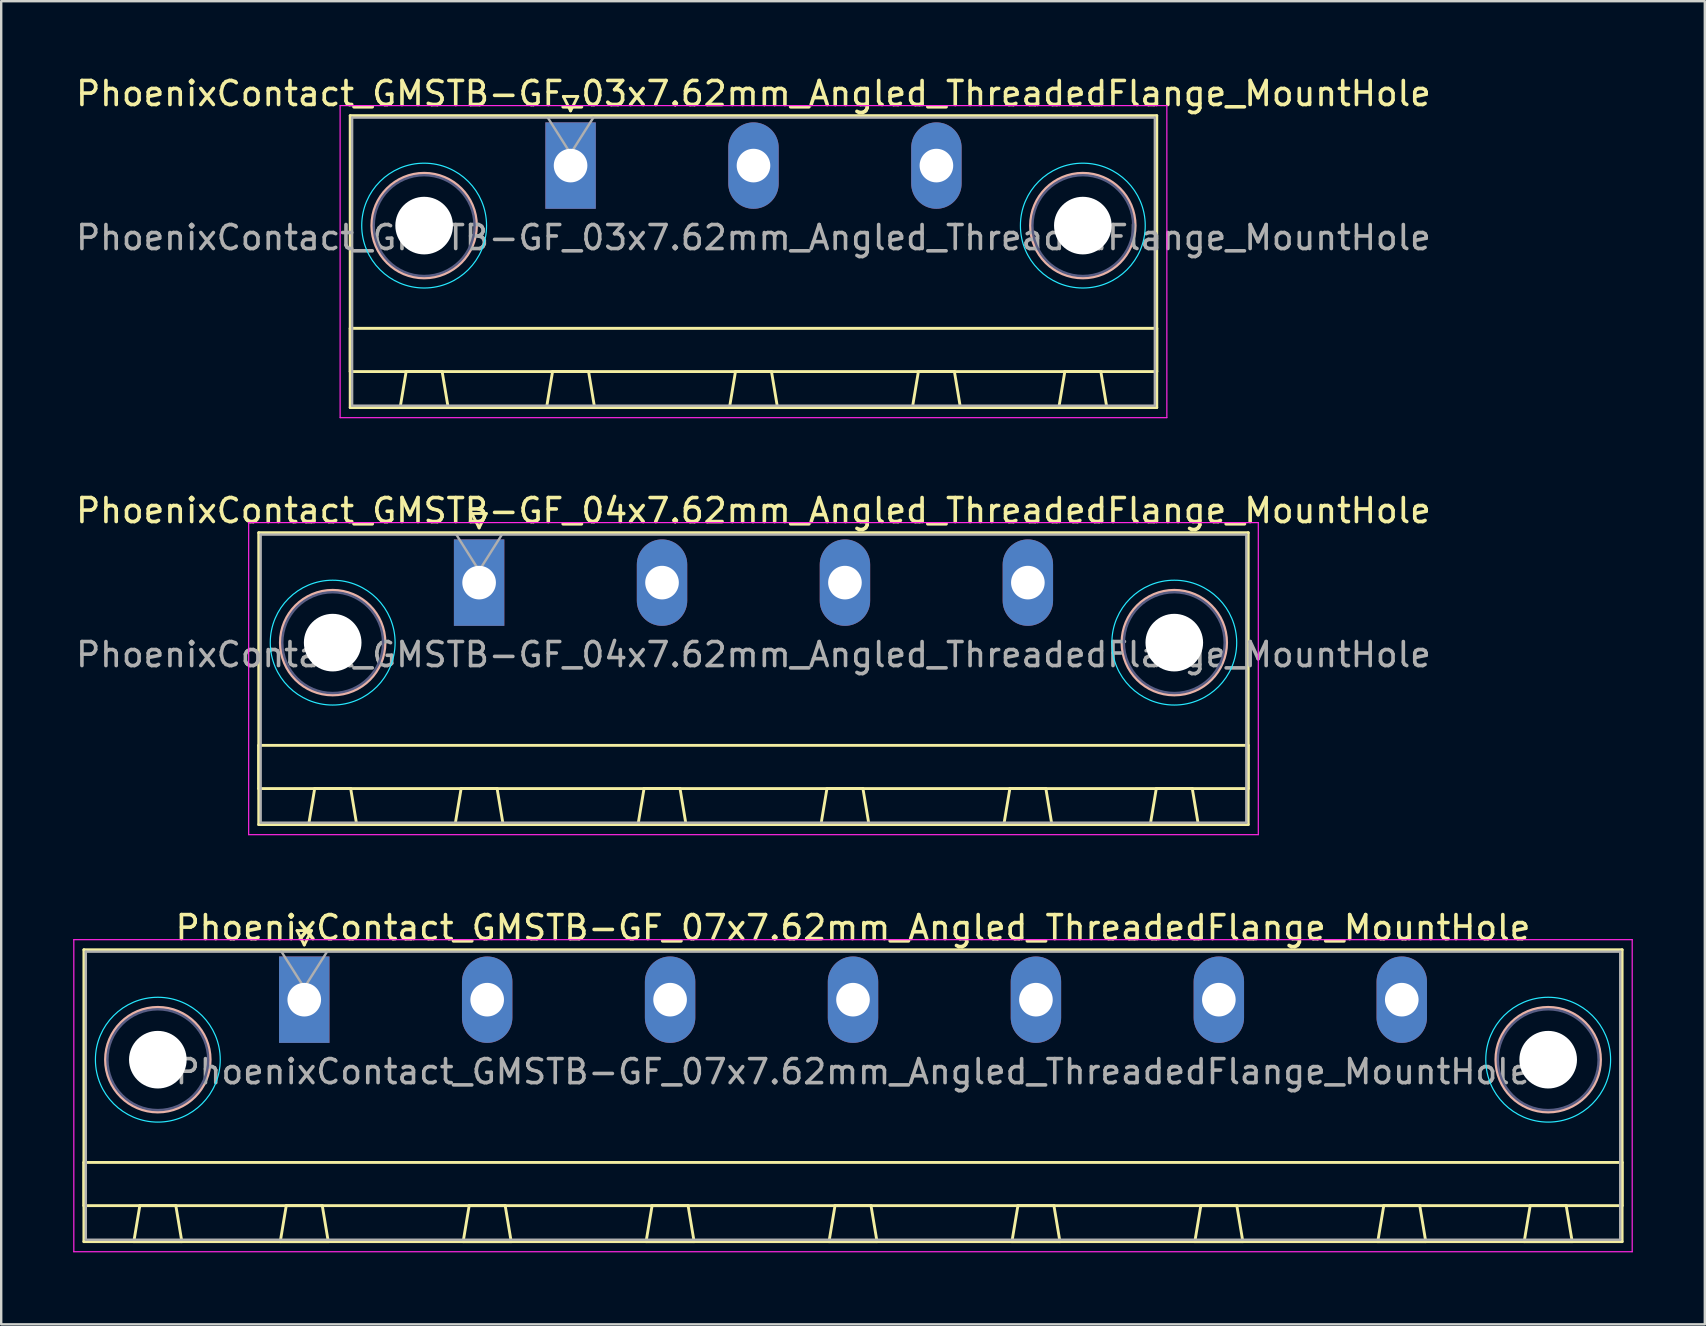
<source format=kicad_pcb>
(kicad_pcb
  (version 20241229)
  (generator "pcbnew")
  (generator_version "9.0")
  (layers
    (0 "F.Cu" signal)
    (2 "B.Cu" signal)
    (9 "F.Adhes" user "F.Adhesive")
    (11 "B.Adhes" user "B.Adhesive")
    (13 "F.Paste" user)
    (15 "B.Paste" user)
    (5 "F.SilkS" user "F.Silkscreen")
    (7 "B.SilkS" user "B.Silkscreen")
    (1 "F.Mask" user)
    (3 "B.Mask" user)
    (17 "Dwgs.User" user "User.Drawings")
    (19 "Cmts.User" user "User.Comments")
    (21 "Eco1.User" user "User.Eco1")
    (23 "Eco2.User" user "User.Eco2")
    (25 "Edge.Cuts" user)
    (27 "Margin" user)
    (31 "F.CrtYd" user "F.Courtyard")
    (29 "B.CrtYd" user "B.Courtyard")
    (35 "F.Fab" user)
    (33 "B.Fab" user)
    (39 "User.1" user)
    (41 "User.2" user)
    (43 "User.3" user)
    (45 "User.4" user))
  (footprint "PhoenixContact_GMSTB-GF_04x7.62mm_Angled_ThreadedFlange_MountHole"
    (layer "F.Cu")
    (at 16.909 21.221)
    (property "Reference" "PhoenixContact_GMSTB-GF_04x7.62mm_Angled_ThreadedFlange_MountHole" (at 11.43 -3 0) (layer "F.SilkS") (effects (font (size 1 1) (thickness 0.15))))
    (attr through_hole)
    (fp_line (start -9.18 -2.08) (end -9.18 10.08) (stroke (width 0.12) (type solid)) (layer "F.SilkS"))
    (fp_line (start -9.18 6.78) (end 32.04 6.78) (stroke (width 0.12) (type solid)) (layer "F.SilkS"))
    (fp_line (start -9.18 8.58) (end -9.18 6.78) (stroke (width 0.12) (type solid)) (layer "F.SilkS"))
    (fp_line (start -9.18 10.08) (end 32.04 10.08) (stroke (width 0.12) (type solid)) (layer "F.SilkS"))
    (fp_line (start -7.1 10.08) (end -5.1 10.08) (stroke (width 0.12) (type solid)) (layer "F.SilkS"))
    (fp_line (start -6.85 8.58) (end -7.1 10.08) (stroke (width 0.12) (type solid)) (layer "F.SilkS"))
    (fp_line (start -5.35 8.58) (end -6.85 8.58) (stroke (width 0.12) (type solid)) (layer "F.SilkS"))
    (fp_line (start -5.1 10.08) (end -5.35 8.58) (stroke (width 0.12) (type solid)) (layer "F.SilkS"))
    (fp_line (start -1 10.08) (end 1 10.08) (stroke (width 0.12) (type solid)) (layer "F.SilkS"))
    (fp_line (start -0.75 8.58) (end -1 10.08) (stroke (width 0.12) (type solid)) (layer "F.SilkS"))
    (fp_line (start -0.3 -2.88) (end 0.3 -2.88) (stroke (width 0.12) (type solid)) (layer "F.SilkS"))
    (fp_line (start 0 -2.28) (end -0.3 -2.88) (stroke (width 0.12) (type solid)) (layer "F.SilkS"))
    (fp_line (start 0.3 -2.88) (end 0 -2.28) (stroke (width 0.12) (type solid)) (layer "F.SilkS"))
    (fp_line (start 0.75 8.58) (end -0.75 8.58) (stroke (width 0.12) (type solid)) (layer "F.SilkS"))
    (fp_line (start 1 10.08) (end 0.75 8.58) (stroke (width 0.12) (type solid)) (layer "F.SilkS"))
    (fp_line (start 6.62 10.08) (end 8.62 10.08) (stroke (width 0.12) (type solid)) (layer "F.SilkS"))
    (fp_line (start 6.87 8.58) (end 6.62 10.08) (stroke (width 0.12) (type solid)) (layer "F.SilkS"))
    (fp_line (start 8.37 8.58) (end 6.87 8.58) (stroke (width 0.12) (type solid)) (layer "F.SilkS"))
    (fp_line (start 8.62 10.08) (end 8.37 8.58) (stroke (width 0.12) (type solid)) (layer "F.SilkS"))
    (fp_line (start 14.24 10.08) (end 16.24 10.08) (stroke (width 0.12) (type solid)) (layer "F.SilkS"))
    (fp_line (start 14.49 8.58) (end 14.24 10.08) (stroke (width 0.12) (type solid)) (layer "F.SilkS"))
    (fp_line (start 15.99 8.58) (end 14.49 8.58) (stroke (width 0.12) (type solid)) (layer "F.SilkS"))
    (fp_line (start 16.24 10.08) (end 15.99 8.58) (stroke (width 0.12) (type solid)) (layer "F.SilkS"))
    (fp_line (start 21.86 10.08) (end 23.86 10.08) (stroke (width 0.12) (type solid)) (layer "F.SilkS"))
    (fp_line (start 22.11 8.58) (end 21.86 10.08) (stroke (width 0.12) (type solid)) (layer "F.SilkS"))
    (fp_line (start 23.61 8.58) (end 22.11 8.58) (stroke (width 0.12) (type solid)) (layer "F.SilkS"))
    (fp_line (start 23.86 10.08) (end 23.61 8.58) (stroke (width 0.12) (type solid)) (layer "F.SilkS"))
    (fp_line (start 27.96 10.08) (end 29.96 10.08) (stroke (width 0.12) (type solid)) (layer "F.SilkS"))
    (fp_line (start 28.21 8.58) (end 27.96 10.08) (stroke (width 0.12) (type solid)) (layer "F.SilkS"))
    (fp_line (start 29.71 8.58) (end 28.21 8.58) (stroke (width 0.12) (type solid)) (layer "F.SilkS"))
    (fp_line (start 29.96 10.08) (end 29.71 8.58) (stroke (width 0.12) (type solid)) (layer "F.SilkS"))
    (fp_line (start 32.04 -2.08) (end -9.18 -2.08) (stroke (width 0.12) (type solid)) (layer "F.SilkS"))
    (fp_line (start 32.04 6.78) (end 32.04 8.58) (stroke (width 0.12) (type solid)) (layer "F.SilkS"))
    (fp_line (start 32.04 8.58) (end -9.18 8.58) (stroke (width 0.12) (type solid)) (layer "F.SilkS"))
    (fp_line (start 32.04 10.08) (end 32.04 -2.08) (stroke (width 0.12) (type solid)) (layer "F.SilkS"))
    (fp_circle (center -6.1 2.5) (end -3.92 2.5) (stroke (width 0.12) (type solid)) (fill no) (layer "B.SilkS"))
    (fp_circle (center 28.96 2.5) (end 31.14 2.5) (stroke (width 0.12) (type solid)) (fill no) (layer "B.SilkS"))
    (fp_circle (center -6.1 2.5) (end -3.5 2.5) (stroke (width 0.05) (type solid)) (fill no) (layer "B.CrtYd"))
    (fp_circle (center 28.96 2.5) (end 31.56 2.5) (stroke (width 0.05) (type solid)) (fill no) (layer "B.CrtYd"))
    (fp_line (start -9.6 -2.5) (end -9.6 10.5) (stroke (width 0.05) (type solid)) (layer "F.CrtYd"))
    (fp_line (start -9.6 10.5) (end 32.46 10.5) (stroke (width 0.05) (type solid)) (layer "F.CrtYd"))
    (fp_line (start 32.46 -2.5) (end -9.6 -2.5) (stroke (width 0.05) (type solid)) (layer "F.CrtYd"))
    (fp_line (start 32.46 10.5) (end 32.46 -2.5) (stroke (width 0.05) (type solid)) (layer "F.CrtYd"))
    (fp_circle (center -6.1 2.5) (end -4 2.5) (stroke (width 0.1) (type solid)) (fill no) (layer "B.Fab"))
    (fp_circle (center 28.96 2.5) (end 31.06 2.5) (stroke (width 0.1) (type solid)) (fill no) (layer "B.Fab"))
    (fp_line (start -9.1 -2) (end -9.1 10) (stroke (width 0.1) (type solid)) (layer "F.Fab"))
    (fp_line (start -9.1 10) (end 31.96 10) (stroke (width 0.1) (type solid)) (layer "F.Fab"))
    (fp_line (start 0 -0.5) (end -0.95 -2) (stroke (width 0.1) (type solid)) (layer "F.Fab"))
    (fp_line (start 0.95 -2) (end 0 -0.5) (stroke (width 0.1) (type solid)) (layer "F.Fab"))
    (fp_line (start 31.96 -2) (end -9.1 -2) (stroke (width 0.1) (type solid)) (layer "F.Fab"))
    (fp_line (start 31.96 10) (end 31.96 -2) (stroke (width 0.1) (type solid)) (layer "F.Fab"))
    (fp_text user "${REFERENCE}" (at 11.43 3 0) (layer "F.Fab") (effects (font (size 1 1) (thickness 0.15))))
    (pad "" np_thru_hole circle (at -6.1 2.5) (size 2.4 2.4) (drill 2.4) (layers "*.Cu" "*.Mask"))
    (pad "" np_thru_hole circle (at 28.96 2.5) (size 2.4 2.4) (drill 2.4) (layers "*.Cu" "*.Mask"))
    (pad "1" thru_hole rect (at 0 0) (size 2.1 3.6) (drill 1.4) (layers "*.Cu" "*.Mask"))
    (pad "2" thru_hole oval (at 7.62 0) (size 2.1 3.6) (drill 1.4) (layers "*.Cu" "*.Mask"))
    (pad "3" thru_hole oval (at 15.24 0) (size 2.1 3.6) (drill 1.4) (layers "*.Cu" "*.Mask"))
    (pad "4" thru_hole oval (at 22.86 0) (size 2.1 3.6) (drill 1.4) (layers "*.Cu" "*.Mask")))
  (footprint "PhoenixContact_GMSTB-GF_03x7.62mm_Angled_ThreadedFlange_MountHole"
    (layer "F.Cu")
    (at 20.719 3.848)
    (property "Reference" "PhoenixContact_GMSTB-GF_03x7.62mm_Angled_ThreadedFlange_MountHole" (at 7.62 -3 0) (layer "F.SilkS") (effects (font (size 1 1) (thickness 0.15))))
    (attr through_hole)
    (fp_line (start -9.18 -2.08) (end -9.18 10.08) (stroke (width 0.12) (type solid)) (layer "F.SilkS"))
    (fp_line (start -9.18 6.78) (end 24.42 6.78) (stroke (width 0.12) (type solid)) (layer "F.SilkS"))
    (fp_line (start -9.18 8.58) (end -9.18 6.78) (stroke (width 0.12) (type solid)) (layer "F.SilkS"))
    (fp_line (start -9.18 10.08) (end 24.42 10.08) (stroke (width 0.12) (type solid)) (layer "F.SilkS"))
    (fp_line (start -7.1 10.08) (end -5.1 10.08) (stroke (width 0.12) (type solid)) (layer "F.SilkS"))
    (fp_line (start -6.85 8.58) (end -7.1 10.08) (stroke (width 0.12) (type solid)) (layer "F.SilkS"))
    (fp_line (start -5.35 8.58) (end -6.85 8.58) (stroke (width 0.12) (type solid)) (layer "F.SilkS"))
    (fp_line (start -5.1 10.08) (end -5.35 8.58) (stroke (width 0.12) (type solid)) (layer "F.SilkS"))
    (fp_line (start -1 10.08) (end 1 10.08) (stroke (width 0.12) (type solid)) (layer "F.SilkS"))
    (fp_line (start -0.75 8.58) (end -1 10.08) (stroke (width 0.12) (type solid)) (layer "F.SilkS"))
    (fp_line (start -0.3 -2.88) (end 0.3 -2.88) (stroke (width 0.12) (type solid)) (layer "F.SilkS"))
    (fp_line (start 0 -2.28) (end -0.3 -2.88) (stroke (width 0.12) (type solid)) (layer "F.SilkS"))
    (fp_line (start 0.3 -2.88) (end 0 -2.28) (stroke (width 0.12) (type solid)) (layer "F.SilkS"))
    (fp_line (start 0.75 8.58) (end -0.75 8.58) (stroke (width 0.12) (type solid)) (layer "F.SilkS"))
    (fp_line (start 1 10.08) (end 0.75 8.58) (stroke (width 0.12) (type solid)) (layer "F.SilkS"))
    (fp_line (start 6.62 10.08) (end 8.62 10.08) (stroke (width 0.12) (type solid)) (layer "F.SilkS"))
    (fp_line (start 6.87 8.58) (end 6.62 10.08) (stroke (width 0.12) (type solid)) (layer "F.SilkS"))
    (fp_line (start 8.37 8.58) (end 6.87 8.58) (stroke (width 0.12) (type solid)) (layer "F.SilkS"))
    (fp_line (start 8.62 10.08) (end 8.37 8.58) (stroke (width 0.12) (type solid)) (layer "F.SilkS"))
    (fp_line (start 14.24 10.08) (end 16.24 10.08) (stroke (width 0.12) (type solid)) (layer "F.SilkS"))
    (fp_line (start 14.49 8.58) (end 14.24 10.08) (stroke (width 0.12) (type solid)) (layer "F.SilkS"))
    (fp_line (start 15.99 8.58) (end 14.49 8.58) (stroke (width 0.12) (type solid)) (layer "F.SilkS"))
    (fp_line (start 16.24 10.08) (end 15.99 8.58) (stroke (width 0.12) (type solid)) (layer "F.SilkS"))
    (fp_line (start 20.34 10.08) (end 22.34 10.08) (stroke (width 0.12) (type solid)) (layer "F.SilkS"))
    (fp_line (start 20.59 8.58) (end 20.34 10.08) (stroke (width 0.12) (type solid)) (layer "F.SilkS"))
    (fp_line (start 22.09 8.58) (end 20.59 8.58) (stroke (width 0.12) (type solid)) (layer "F.SilkS"))
    (fp_line (start 22.34 10.08) (end 22.09 8.58) (stroke (width 0.12) (type solid)) (layer "F.SilkS"))
    (fp_line (start 24.42 -2.08) (end -9.18 -2.08) (stroke (width 0.12) (type solid)) (layer "F.SilkS"))
    (fp_line (start 24.42 6.78) (end 24.42 8.58) (stroke (width 0.12) (type solid)) (layer "F.SilkS"))
    (fp_line (start 24.42 8.58) (end -9.18 8.58) (stroke (width 0.12) (type solid)) (layer "F.SilkS"))
    (fp_line (start 24.42 10.08) (end 24.42 -2.08) (stroke (width 0.12) (type solid)) (layer "F.SilkS"))
    (fp_circle (center -6.1 2.5) (end -3.92 2.5) (stroke (width 0.12) (type solid)) (fill no) (layer "B.SilkS"))
    (fp_circle (center 21.34 2.5) (end 23.52 2.5) (stroke (width 0.12) (type solid)) (fill no) (layer "B.SilkS"))
    (fp_circle (center -6.1 2.5) (end -3.5 2.5) (stroke (width 0.05) (type solid)) (fill no) (layer "B.CrtYd"))
    (fp_circle (center 21.34 2.5) (end 23.94 2.5) (stroke (width 0.05) (type solid)) (fill no) (layer "B.CrtYd"))
    (fp_line (start -9.6 -2.5) (end -9.6 10.5) (stroke (width 0.05) (type solid)) (layer "F.CrtYd"))
    (fp_line (start -9.6 10.5) (end 24.84 10.5) (stroke (width 0.05) (type solid)) (layer "F.CrtYd"))
    (fp_line (start 24.84 -2.5) (end -9.6 -2.5) (stroke (width 0.05) (type solid)) (layer "F.CrtYd"))
    (fp_line (start 24.84 10.5) (end 24.84 -2.5) (stroke (width 0.05) (type solid)) (layer "F.CrtYd"))
    (fp_circle (center -6.1 2.5) (end -4 2.5) (stroke (width 0.1) (type solid)) (fill no) (layer "B.Fab"))
    (fp_circle (center 21.34 2.5) (end 23.44 2.5) (stroke (width 0.1) (type solid)) (fill no) (layer "B.Fab"))
    (fp_line (start -9.1 -2) (end -9.1 10) (stroke (width 0.1) (type solid)) (layer "F.Fab"))
    (fp_line (start -9.1 10) (end 24.34 10) (stroke (width 0.1) (type solid)) (layer "F.Fab"))
    (fp_line (start 0 -0.5) (end -0.95 -2) (stroke (width 0.1) (type solid)) (layer "F.Fab"))
    (fp_line (start 0.95 -2) (end 0 -0.5) (stroke (width 0.1) (type solid)) (layer "F.Fab"))
    (fp_line (start 24.34 -2) (end -9.1 -2) (stroke (width 0.1) (type solid)) (layer "F.Fab"))
    (fp_line (start 24.34 10) (end 24.34 -2) (stroke (width 0.1) (type solid)) (layer "F.Fab"))
    (fp_text user "${REFERENCE}" (at 7.62 3 0) (layer "F.Fab") (effects (font (size 1 1) (thickness 0.15))))
    (pad "" np_thru_hole circle (at -6.1 2.5) (size 2.4 2.4) (drill 2.4) (layers "*.Cu" "*.Mask"))
    (pad "" np_thru_hole circle (at 21.34 2.5) (size 2.4 2.4) (drill 2.4) (layers "*.Cu" "*.Mask"))
    (pad "1" thru_hole rect (at 0 0) (size 2.1 3.6) (drill 1.4) (layers "*.Cu" "*.Mask"))
    (pad "2" thru_hole oval (at 7.62 0) (size 2.1 3.6) (drill 1.4) (layers "*.Cu" "*.Mask"))
    (pad "3" thru_hole oval (at 15.24 0) (size 2.1 3.6) (drill 1.4) (layers "*.Cu" "*.Mask")))
  (footprint "PhoenixContact_GMSTB-GF_07x7.62mm_Angled_ThreadedFlange_MountHole"
    (layer "F.Cu")
    (at 9.625 38.595)
    (property "Reference" "PhoenixContact_GMSTB-GF_07x7.62mm_Angled_ThreadedFlange_MountHole" (at 22.86 -3 0) (layer "F.SilkS") (effects (font (size 1 1) (thickness 0.15))))
    (attr through_hole)
    (fp_line (start -9.18 -2.08) (end -9.18 10.08) (stroke (width 0.12) (type solid)) (layer "F.SilkS"))
    (fp_line (start -9.18 6.78) (end 54.9 6.78) (stroke (width 0.12) (type solid)) (layer "F.SilkS"))
    (fp_line (start -9.18 8.58) (end -9.18 6.78) (stroke (width 0.12) (type solid)) (layer "F.SilkS"))
    (fp_line (start -9.18 10.08) (end 54.9 10.08) (stroke (width 0.12) (type solid)) (layer "F.SilkS"))
    (fp_line (start -7.1 10.08) (end -5.1 10.08) (stroke (width 0.12) (type solid)) (layer "F.SilkS"))
    (fp_line (start -6.85 8.58) (end -7.1 10.08) (stroke (width 0.12) (type solid)) (layer "F.SilkS"))
    (fp_line (start -5.35 8.58) (end -6.85 8.58) (stroke (width 0.12) (type solid)) (layer "F.SilkS"))
    (fp_line (start -5.1 10.08) (end -5.35 8.58) (stroke (width 0.12) (type solid)) (layer "F.SilkS"))
    (fp_line (start -1 10.08) (end 1 10.08) (stroke (width 0.12) (type solid)) (layer "F.SilkS"))
    (fp_line (start -0.75 8.58) (end -1 10.08) (stroke (width 0.12) (type solid)) (layer "F.SilkS"))
    (fp_line (start -0.3 -2.88) (end 0.3 -2.88) (stroke (width 0.12) (type solid)) (layer "F.SilkS"))
    (fp_line (start 0 -2.28) (end -0.3 -2.88) (stroke (width 0.12) (type solid)) (layer "F.SilkS"))
    (fp_line (start 0.3 -2.88) (end 0 -2.28) (stroke (width 0.12) (type solid)) (layer "F.SilkS"))
    (fp_line (start 0.75 8.58) (end -0.75 8.58) (stroke (width 0.12) (type solid)) (layer "F.SilkS"))
    (fp_line (start 1 10.08) (end 0.75 8.58) (stroke (width 0.12) (type solid)) (layer "F.SilkS"))
    (fp_line (start 6.62 10.08) (end 8.62 10.08) (stroke (width 0.12) (type solid)) (layer "F.SilkS"))
    (fp_line (start 6.87 8.58) (end 6.62 10.08) (stroke (width 0.12) (type solid)) (layer "F.SilkS"))
    (fp_line (start 8.37 8.58) (end 6.87 8.58) (stroke (width 0.12) (type solid)) (layer "F.SilkS"))
    (fp_line (start 8.62 10.08) (end 8.37 8.58) (stroke (width 0.12) (type solid)) (layer "F.SilkS"))
    (fp_line (start 14.24 10.08) (end 16.24 10.08) (stroke (width 0.12) (type solid)) (layer "F.SilkS"))
    (fp_line (start 14.49 8.58) (end 14.24 10.08) (stroke (width 0.12) (type solid)) (layer "F.SilkS"))
    (fp_line (start 15.99 8.58) (end 14.49 8.58) (stroke (width 0.12) (type solid)) (layer "F.SilkS"))
    (fp_line (start 16.24 10.08) (end 15.99 8.58) (stroke (width 0.12) (type solid)) (layer "F.SilkS"))
    (fp_line (start 21.86 10.08) (end 23.86 10.08) (stroke (width 0.12) (type solid)) (layer "F.SilkS"))
    (fp_line (start 22.11 8.58) (end 21.86 10.08) (stroke (width 0.12) (type solid)) (layer "F.SilkS"))
    (fp_line (start 23.61 8.58) (end 22.11 8.58) (stroke (width 0.12) (type solid)) (layer "F.SilkS"))
    (fp_line (start 23.86 10.08) (end 23.61 8.58) (stroke (width 0.12) (type solid)) (layer "F.SilkS"))
    (fp_line (start 29.48 10.08) (end 31.48 10.08) (stroke (width 0.12) (type solid)) (layer "F.SilkS"))
    (fp_line (start 29.73 8.58) (end 29.48 10.08) (stroke (width 0.12) (type solid)) (layer "F.SilkS"))
    (fp_line (start 31.23 8.58) (end 29.73 8.58) (stroke (width 0.12) (type solid)) (layer "F.SilkS"))
    (fp_line (start 31.48 10.08) (end 31.23 8.58) (stroke (width 0.12) (type solid)) (layer "F.SilkS"))
    (fp_line (start 37.1 10.08) (end 39.1 10.08) (stroke (width 0.12) (type solid)) (layer "F.SilkS"))
    (fp_line (start 37.35 8.58) (end 37.1 10.08) (stroke (width 0.12) (type solid)) (layer "F.SilkS"))
    (fp_line (start 38.85 8.58) (end 37.35 8.58) (stroke (width 0.12) (type solid)) (layer "F.SilkS"))
    (fp_line (start 39.1 10.08) (end 38.85 8.58) (stroke (width 0.12) (type solid)) (layer "F.SilkS"))
    (fp_line (start 44.72 10.08) (end 46.72 10.08) (stroke (width 0.12) (type solid)) (layer "F.SilkS"))
    (fp_line (start 44.97 8.58) (end 44.72 10.08) (stroke (width 0.12) (type solid)) (layer "F.SilkS"))
    (fp_line (start 46.47 8.58) (end 44.97 8.58) (stroke (width 0.12) (type solid)) (layer "F.SilkS"))
    (fp_line (start 46.72 10.08) (end 46.47 8.58) (stroke (width 0.12) (type solid)) (layer "F.SilkS"))
    (fp_line (start 50.82 10.08) (end 52.82 10.08) (stroke (width 0.12) (type solid)) (layer "F.SilkS"))
    (fp_line (start 51.07 8.58) (end 50.82 10.08) (stroke (width 0.12) (type solid)) (layer "F.SilkS"))
    (fp_line (start 52.57 8.58) (end 51.07 8.58) (stroke (width 0.12) (type solid)) (layer "F.SilkS"))
    (fp_line (start 52.82 10.08) (end 52.57 8.58) (stroke (width 0.12) (type solid)) (layer "F.SilkS"))
    (fp_line (start 54.9 -2.08) (end -9.18 -2.08) (stroke (width 0.12) (type solid)) (layer "F.SilkS"))
    (fp_line (start 54.9 6.78) (end 54.9 8.58) (stroke (width 0.12) (type solid)) (layer "F.SilkS"))
    (fp_line (start 54.9 8.58) (end -9.18 8.58) (stroke (width 0.12) (type solid)) (layer "F.SilkS"))
    (fp_line (start 54.9 10.08) (end 54.9 -2.08) (stroke (width 0.12) (type solid)) (layer "F.SilkS"))
    (fp_circle (center -6.1 2.5) (end -3.92 2.5) (stroke (width 0.12) (type solid)) (fill no) (layer "B.SilkS"))
    (fp_circle (center 51.82 2.5) (end 54 2.5) (stroke (width 0.12) (type solid)) (fill no) (layer "B.SilkS"))
    (fp_circle (center -6.1 2.5) (end -3.5 2.5) (stroke (width 0.05) (type solid)) (fill no) (layer "B.CrtYd"))
    (fp_circle (center 51.82 2.5) (end 54.42 2.5) (stroke (width 0.05) (type solid)) (fill no) (layer "B.CrtYd"))
    (fp_line (start -9.6 -2.5) (end -9.6 10.5) (stroke (width 0.05) (type solid)) (layer "F.CrtYd"))
    (fp_line (start -9.6 10.5) (end 55.32 10.5) (stroke (width 0.05) (type solid)) (layer "F.CrtYd"))
    (fp_line (start 55.32 -2.5) (end -9.6 -2.5) (stroke (width 0.05) (type solid)) (layer "F.CrtYd"))
    (fp_line (start 55.32 10.5) (end 55.32 -2.5) (stroke (width 0.05) (type solid)) (layer "F.CrtYd"))
    (fp_circle (center -6.1 2.5) (end -4 2.5) (stroke (width 0.1) (type solid)) (fill no) (layer "B.Fab"))
    (fp_circle (center 51.82 2.5) (end 53.92 2.5) (stroke (width 0.1) (type solid)) (fill no) (layer "B.Fab"))
    (fp_line (start -9.1 -2) (end -9.1 10) (stroke (width 0.1) (type solid)) (layer "F.Fab"))
    (fp_line (start -9.1 10) (end 54.82 10) (stroke (width 0.1) (type solid)) (layer "F.Fab"))
    (fp_line (start 0 -0.5) (end -0.95 -2) (stroke (width 0.1) (type solid)) (layer "F.Fab"))
    (fp_line (start 0.95 -2) (end 0 -0.5) (stroke (width 0.1) (type solid)) (layer "F.Fab"))
    (fp_line (start 54.82 -2) (end -9.1 -2) (stroke (width 0.1) (type solid)) (layer "F.Fab"))
    (fp_line (start 54.82 10) (end 54.82 -2) (stroke (width 0.1) (type solid)) (layer "F.Fab"))
    (fp_text user "${REFERENCE}" (at 22.86 3 0) (layer "F.Fab") (effects (font (size 1 1) (thickness 0.15))))
    (pad "" np_thru_hole circle (at -6.1 2.5) (size 2.4 2.4) (drill 2.4) (layers "*.Cu" "*.Mask"))
    (pad "" np_thru_hole circle (at 51.82 2.5) (size 2.4 2.4) (drill 2.4) (layers "*.Cu" "*.Mask"))
    (pad "1" thru_hole rect (at 0 0) (size 2.1 3.6) (drill 1.4) (layers "*.Cu" "*.Mask"))
    (pad "2" thru_hole oval (at 7.62 0) (size 2.1 3.6) (drill 1.4) (layers "*.Cu" "*.Mask"))
    (pad "3" thru_hole oval (at 15.24 0) (size 2.1 3.6) (drill 1.4) (layers "*.Cu" "*.Mask"))
    (pad "4" thru_hole oval (at 22.86 0) (size 2.1 3.6) (drill 1.4) (layers "*.Cu" "*.Mask"))
    (pad "5" thru_hole oval (at 30.48 0) (size 2.1 3.6) (drill 1.4) (layers "*.Cu" "*.Mask"))
    (pad "6" thru_hole oval (at 38.1 0) (size 2.1 3.6) (drill 1.4) (layers "*.Cu" "*.Mask"))
    (pad "7" thru_hole oval (at 45.72 0) (size 2.1 3.6) (drill 1.4) (layers "*.Cu" "*.Mask")))
  (gr_rect
    (start -3 -3)
    (end 67.97 52.12)
    (stroke (width 0.1) (type default))
    (fill no)
    (layer "Edge.Cuts")))
</source>
